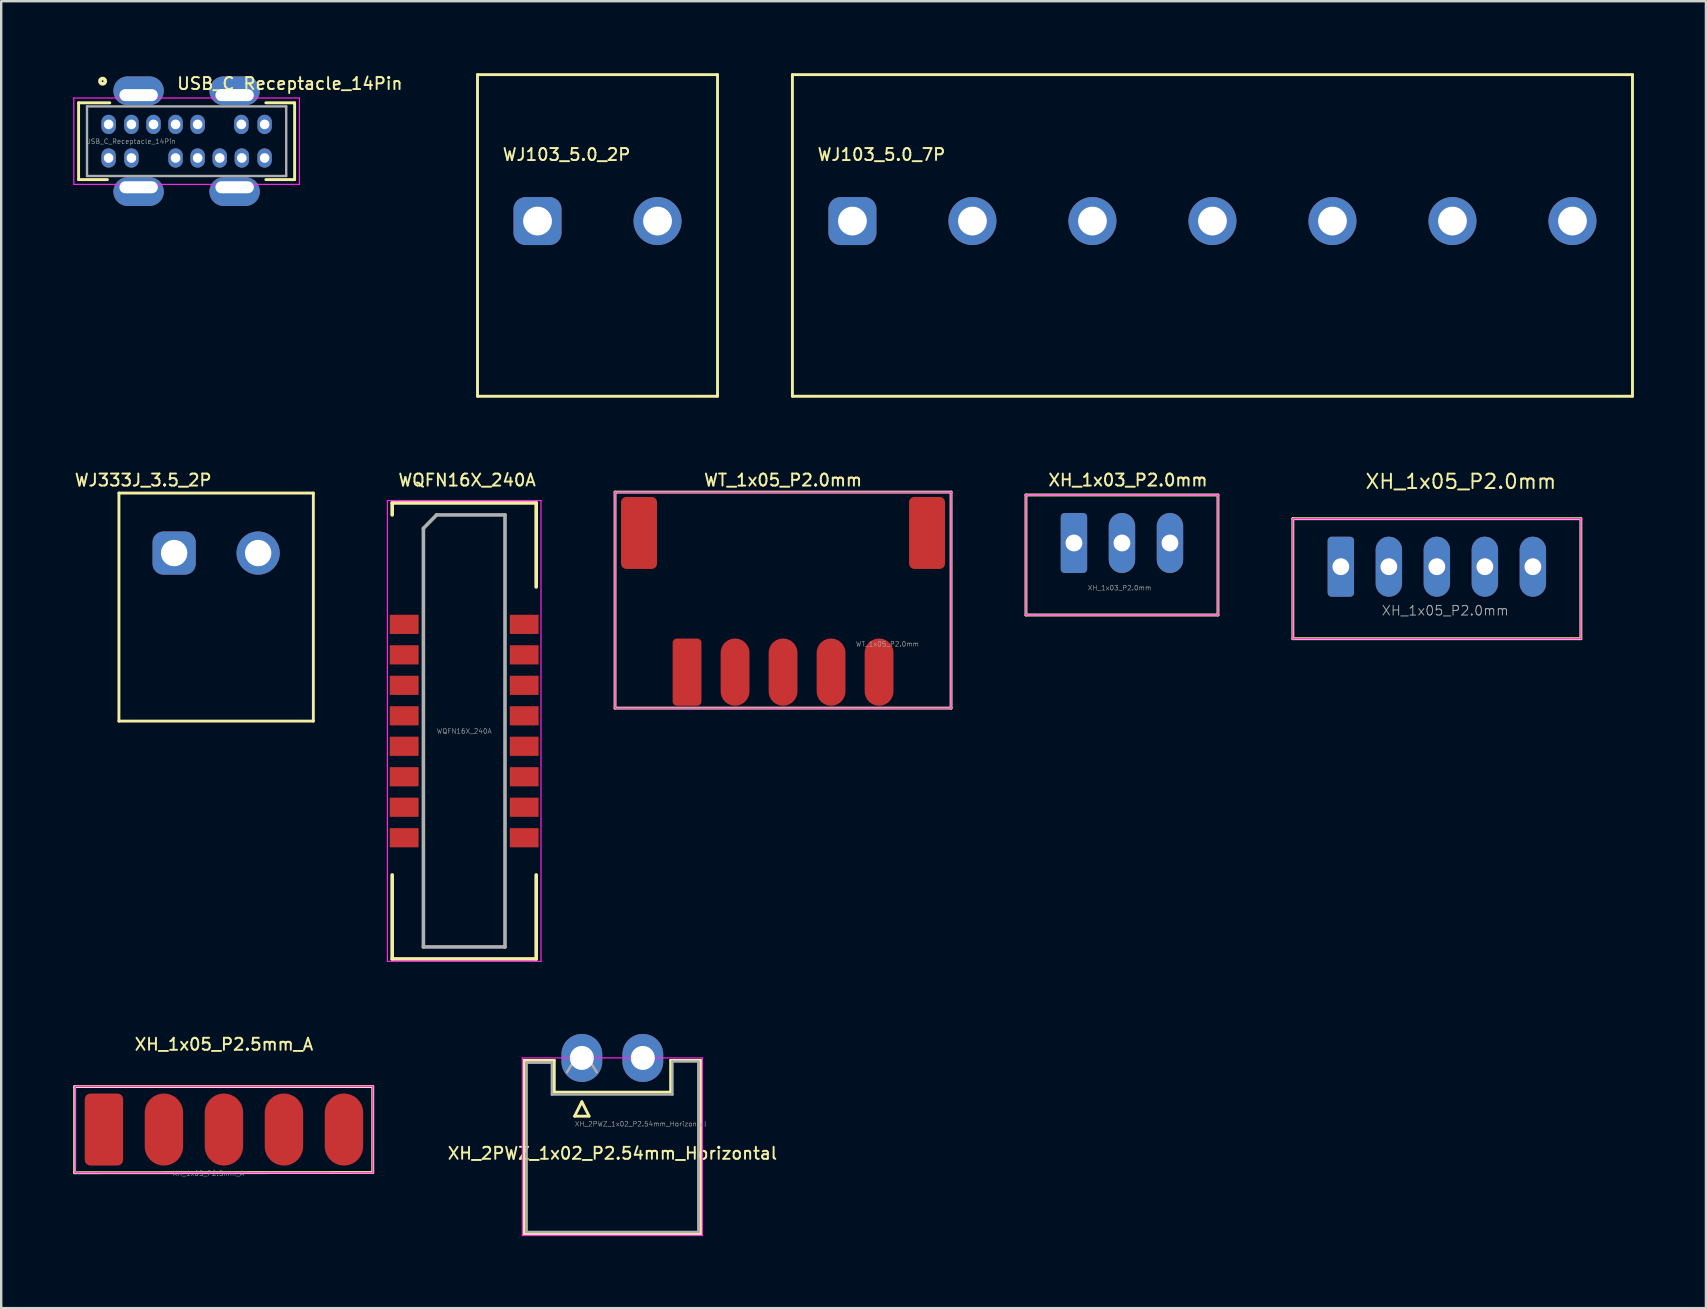
<source format=kicad_pcb>
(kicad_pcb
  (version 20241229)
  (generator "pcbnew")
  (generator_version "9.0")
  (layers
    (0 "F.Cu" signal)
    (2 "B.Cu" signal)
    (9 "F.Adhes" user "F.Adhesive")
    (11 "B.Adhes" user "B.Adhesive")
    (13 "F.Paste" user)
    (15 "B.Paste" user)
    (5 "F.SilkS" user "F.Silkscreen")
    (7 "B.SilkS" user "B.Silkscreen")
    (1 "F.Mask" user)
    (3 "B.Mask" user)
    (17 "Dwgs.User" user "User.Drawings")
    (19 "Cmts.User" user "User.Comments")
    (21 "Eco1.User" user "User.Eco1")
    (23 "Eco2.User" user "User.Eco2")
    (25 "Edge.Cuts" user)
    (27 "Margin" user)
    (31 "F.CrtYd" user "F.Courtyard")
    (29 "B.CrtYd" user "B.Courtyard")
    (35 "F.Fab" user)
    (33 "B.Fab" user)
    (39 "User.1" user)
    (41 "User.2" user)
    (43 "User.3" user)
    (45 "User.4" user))
  (footprint "WJ103_5.0_7P"
    (layer "F.Cu")
    (at 32.465 6.16)
    (property "Reference" "WJ103_5.0_7P" (at 1.21 -2.77 0) (layer "F.SilkS") (effects (font (size 0.5 0.5) (thickness 0.08))))
    (attr through_hole)
    (fp_line (start -2.5 -6.1) (end -2.5 7.3) (stroke (width 0.12) (type solid)) (layer "F.SilkS"))
    (fp_line (start -2.5 7.3) (end 32.5 7.3) (stroke (width 0.12) (type solid)) (layer "F.SilkS"))
    (fp_line (start 32.5 -6.1) (end -2.5 -6.1) (stroke (width 0.12) (type solid)) (layer "F.SilkS"))
    (fp_line (start 32.5 7.3) (end 32.5 -6.1) (stroke (width 0.12) (type solid)) (layer "F.SilkS"))
    (pad "1" thru_hole roundrect (at 0 0 180) (size 2 2) (drill 1.2) (layers "*.Cu" "*.Mask") (roundrect_rratio 0.25))
    (pad "2" thru_hole circle (at 5 0 180) (size 2 2) (drill 1.2) (layers "*.Cu" "*.Mask"))
    (pad "3" thru_hole circle (at 10 0 180) (size 2 2) (drill 1.2) (layers "*.Cu" "*.Mask"))
    (pad "4" thru_hole circle (at 15 0 180) (size 2 2) (drill 1.2) (layers "*.Cu" "*.Mask"))
    (pad "5" thru_hole circle (at 20 0 180) (size 2 2) (drill 1.2) (layers "*.Cu" "*.Mask"))
    (pad "6" thru_hole circle (at 25 0 180) (size 2 2) (drill 1.2) (layers "*.Cu" "*.Mask"))
    (pad "7" thru_hole circle (at 30 0 180) (size 2 2) (drill 1.2) (layers "*.Cu" "*.Mask")))
  (footprint "WQFN16X_240A"
    (layer "F.Cu")
    (at 16.29 27.403)
    (property "Reference" "WQFN16X_240A" (at 0.12 -10.45 0) (layer "F.SilkS") (effects (font (size 0.5 0.5) (thickness 0.08))))
    (attr smd)
    (fp_line (start -3 -9.5) (end -3 -9) (stroke (width 0.15) (type solid)) (layer "F.SilkS"))
    (fp_line (start -3 -9.5) (end 3 -9.5) (stroke (width 0.15) (type solid)) (layer "F.SilkS"))
    (fp_line (start -3 9.5) (end -3 6) (stroke (width 0.15) (type solid)) (layer "F.SilkS"))
    (fp_line (start -3 9.5) (end 3 9.5) (stroke (width 0.15) (type solid)) (layer "F.SilkS"))
    (fp_line (start 3 -9.5) (end 3 -6) (stroke (width 0.15) (type solid)) (layer "F.SilkS"))
    (fp_line (start 3 9.5) (end 3 6) (stroke (width 0.15) (type solid)) (layer "F.SilkS"))
    (fp_line (start -3.2 -9.6) (end -3.2 9.6) (stroke (width 0.05) (type solid)) (layer "F.CrtYd"))
    (fp_line (start -3.2 -9.6) (end 3.2 -9.6) (stroke (width 0.05) (type solid)) (layer "F.CrtYd"))
    (fp_line (start -3.2 9.6) (end 3.2 9.6) (stroke (width 0.05) (type solid)) (layer "F.CrtYd"))
    (fp_line (start 3.2 -9.6) (end 3.2 9.6) (stroke (width 0.05) (type solid)) (layer "F.CrtYd"))
    (fp_line (start -1.7 -8.44) (end -1.15 -9) (stroke (width 0.15) (type solid)) (layer "F.Fab"))
    (fp_line (start -1.7 9) (end -1.7 -8.44) (stroke (width 0.15) (type solid)) (layer "F.Fab"))
    (fp_line (start -1.15 -9) (end 1.7 -9) (stroke (width 0.15) (type solid)) (layer "F.Fab"))
    (fp_line (start 1.7 -9) (end 1.7 9) (stroke (width 0.15) (type solid)) (layer "F.Fab"))
    (fp_line (start 1.7 9) (end -1.7 9) (stroke (width 0.15) (type solid)) (layer "F.Fab"))
    (fp_text user "${REFERENCE}" (at 0 0.01 0) (layer "F.Fab") (effects (font (size 0.2 0.2) (thickness 0.02))))
    (pad "1" smd rect (at -2.5 -4.44) (size 1.2 0.8) (layers "F.Cu" "F.Mask" "F.Paste"))
    (pad "2" smd rect (at -2.5 -3.17) (size 1.2 0.8) (layers "F.Cu" "F.Mask" "F.Paste"))
    (pad "3" smd rect (at -2.5 -1.9) (size 1.2 0.8) (layers "F.Cu" "F.Mask" "F.Paste"))
    (pad "4" smd rect (at -2.5 -0.63) (size 1.2 0.8) (layers "F.Cu" "F.Mask" "F.Paste"))
    (pad "5" smd rect (at -2.5 0.64) (size 1.2 0.8) (layers "F.Cu" "F.Mask" "F.Paste"))
    (pad "6" smd rect (at -2.5 1.91) (size 1.2 0.8) (layers "F.Cu" "F.Mask" "F.Paste"))
    (pad "7" smd rect (at -2.5 3.18) (size 1.2 0.8) (layers "F.Cu" "F.Mask" "F.Paste"))
    (pad "8" smd rect (at -2.5 4.45) (size 1.2 0.8) (layers "F.Cu" "F.Mask" "F.Paste"))
    (pad "9" smd rect (at 2.5 4.45) (size 1.2 0.8) (layers "F.Cu" "F.Mask" "F.Paste"))
    (pad "10" smd rect (at 2.5 3.18) (size 1.2 0.8) (layers "F.Cu" "F.Mask" "F.Paste"))
    (pad "11" smd rect (at 2.5 1.91) (size 1.2 0.8) (layers "F.Cu" "F.Mask" "F.Paste"))
    (pad "12" smd rect (at 2.5 0.64) (size 1.2 0.8) (layers "F.Cu" "F.Mask" "F.Paste"))
    (pad "13" smd rect (at 2.5 -0.63) (size 1.2 0.8) (layers "F.Cu" "F.Mask" "F.Paste"))
    (pad "14" smd rect (at 2.5 -1.9) (size 1.2 0.8) (layers "F.Cu" "F.Mask" "F.Paste"))
    (pad "15" smd rect (at 2.5 -3.17) (size 1.2 0.8) (layers "F.Cu" "F.Mask" "F.Paste"))
    (pad "16" smd rect (at 2.5 -4.44) (size 1.2 0.8) (layers "F.Cu" "F.Mask" "F.Paste")))
  (footprint "XH_1x05_P2.5mm_A"
    (layer "F.Cu")
    (at 1.28 44.011)
    (property "Reference" "XH_1x05_P2.5mm_A" (at 5 -3.55 0) (layer "F.SilkS") (effects (font (size 0.5 0.5) (thickness 0.08))))
    (attr through_hole)
    (fp_line (start -1.22 -1.79) (end -1.22 1.8) (stroke (width 0.12) (type solid)) (layer "F.SilkS"))
    (fp_line (start -1.22 1.8) (end 11.2 1.79) (stroke (width 0.12) (type solid)) (layer "F.SilkS"))
    (fp_line (start 11.2 -1.79) (end -1.22 -1.79) (stroke (width 0.12) (type solid)) (layer "F.SilkS"))
    (fp_line (start 11.2 1.79) (end 11.2 -1.79) (stroke (width 0.12) (type solid)) (layer "F.SilkS"))
    (fp_line (start -1.2 -1.8) (end -1.2 1.8) (stroke (width 0.05) (type solid)) (layer "F.CrtYd"))
    (fp_line (start -1.2 1.8) (end 11.2 1.8) (stroke (width 0.05) (type solid)) (layer "F.CrtYd"))
    (fp_line (start 11.2 -1.8) (end -1.2 -1.8) (stroke (width 0.05) (type solid)) (layer "F.CrtYd"))
    (fp_line (start 11.2 1.8) (end 11.2 -1.8) (stroke (width 0.05) (type solid)) (layer "F.CrtYd"))
    (fp_text user "${REFERENCE}" (at 4.35 1.83 0) (layer "F.Fab") (effects (font (size 0.2 0.2) (thickness 0.02))))
    (pad "1" smd roundrect (at 0 0) (size 1.6 3) (layers "F.Cu" "F.Mask" "F.Paste") (roundrect_rratio 0.147))
    (pad "2" smd oval (at 2.5 0) (size 1.6 3) (layers "F.Cu" "F.Mask" "F.Paste"))
    (pad "3" smd oval (at 5 0) (size 1.6 3) (layers "F.Cu" "F.Mask" "F.Paste"))
    (pad "4" smd oval (at 7.5 0) (size 1.6 3) (layers "F.Cu" "F.Mask" "F.Paste"))
    (pad "5" smd oval (at 10 0) (size 1.6 3) (layers "F.Cu" "F.Mask" "F.Paste")))
  (footprint "USB_C_Receptacle_14Pin"
    (layer "F.Cu")
    (at 4.725 2.833)
    (property "Reference" "USB_C_Receptacle_14Pin" (at 4.3 -2.4 0) (layer "F.SilkS") (effects (font (size 0.5 0.5) (thickness 0.08))))
    (attr smd)
    (fp_line (start -4.5 -1.6) (end -4.5 1.6) (stroke (width 0.12) (type solid)) (layer "F.SilkS"))
    (fp_line (start -4.5 -1.6) (end -3.2 -1.6) (stroke (width 0.12) (type solid)) (layer "F.SilkS"))
    (fp_line (start -4.5 1.6) (end -3.3 1.6) (stroke (width 0.12) (type solid)) (layer "F.SilkS"))
    (fp_line (start 3.3 -1.6) (end 4.5 -1.6) (stroke (width 0.12) (type solid)) (layer "F.SilkS"))
    (fp_line (start 3.3 1.6) (end 4.5 1.6) (stroke (width 0.12) (type solid)) (layer "F.SilkS"))
    (fp_line (start 4.5 -1.6) (end 4.5 1.6) (stroke (width 0.12) (type solid)) (layer "F.SilkS"))
    (fp_circle (center -3.5 -2.5) (end -3.388 -2.5) (stroke (width 0.15) (type solid)) (fill no) (layer "F.SilkS"))
    (fp_line (start -4.7 -1.8) (end 4.7 -1.8) (stroke (width 0.05) (type solid)) (layer "F.CrtYd"))
    (fp_line (start -4.7 1.8) (end -4.7 -1.8) (stroke (width 0.05) (type solid)) (layer "F.CrtYd"))
    (fp_line (start 4.7 -1.8) (end 4.7 1.8) (stroke (width 0.05) (type solid)) (layer "F.CrtYd"))
    (fp_line (start 4.7 1.8) (end -4.7 1.8) (stroke (width 0.05) (type solid)) (layer "F.CrtYd"))
    (fp_line (start -4.15 1.45) (end -4.15 -1.45) (stroke (width 0.1) (type solid)) (layer "F.Fab"))
    (fp_line (start -4.15 1.45) (end 4.15 1.45) (stroke (width 0.1) (type solid)) (layer "F.Fab"))
    (fp_line (start 4.15 -1.45) (end -4.15 -1.45) (stroke (width 0.1) (type solid)) (layer "F.Fab"))
    (fp_line (start 4.15 1.45) (end 4.15 -1.45) (stroke (width 0.1) (type solid)) (layer "F.Fab"))
    (fp_text user "${REFERENCE}" (at -2.33 0.01 0) (layer "F.Fab") (effects (font (size 0.2 0.2) (thickness 0.02))))
    (pad "A1" thru_hole oval (at -3.25 -0.7) (size 0.6 0.8) (drill 0.4) (layers "*.Cu" "*.Mask"))
    (pad "A4" thru_hole oval (at -2.3 -0.7) (size 0.6 0.8) (drill 0.4) (layers "*.Cu" "*.Mask"))
    (pad "A5" thru_hole oval (at -1.38 -0.7) (size 0.6 0.8) (drill 0.4) (layers "*.Cu" "*.Mask"))
    (pad "A6" thru_hole oval (at -0.46 -0.7) (size 0.6 0.8) (drill 0.4) (layers "*.Cu" "*.Mask"))
    (pad "A7" thru_hole oval (at 0.46 -0.7) (size 0.6 0.8) (drill 0.4) (layers "*.Cu" "*.Mask"))
    (pad "A9" thru_hole oval (at 2.28 -0.7) (size 0.6 0.8) (drill 0.4) (layers "*.Cu" "*.Mask"))
    (pad "A12" thru_hole oval (at 3.25 -0.7) (size 0.6 0.8) (drill 0.4) (layers "*.Cu" "*.Mask"))
    (pad "B1" thru_hole oval (at 3.25 0.7) (size 0.6 0.8) (drill 0.4) (layers "*.Cu" "*.Mask"))
    (pad "B4" thru_hole oval (at 2.3 0.7) (size 0.6 0.8) (drill 0.4) (layers "*.Cu" "*.Mask"))
    (pad "B5" thru_hole oval (at 1.38 0.7) (size 0.6 0.8) (drill 0.4) (layers "*.Cu" "*.Mask"))
    (pad "B6" thru_hole oval (at 0.46 0.7) (size 0.6 0.8) (drill 0.4) (layers "*.Cu" "*.Mask"))
    (pad "B7" thru_hole oval (at -0.46 0.7) (size 0.6 0.8) (drill 0.4) (layers "*.Cu" "*.Mask"))
    (pad "B9" thru_hole oval (at -2.3 0.7) (size 0.6 0.8) (drill 0.4) (layers "*.Cu" "*.Mask"))
    (pad "B12" thru_hole oval (at -3.25 0.7) (size 0.6 0.8) (drill 0.4) (layers "*.Cu" "*.Mask"))
    (pad "S1" thru_hole oval (at -2 -1.92 90) (size 1.2 2.1) (drill oval 0.5 1.6 (offset 0.18 0)) (layers "*.Cu" "*.Mask"))
    (pad "S2" thru_hole oval (at 2 -1.92 90) (size 1.2 2.1) (drill oval 0.5 1.6 (offset 0.18 0)) (layers "*.Cu" "*.Mask"))
    (pad "S3" thru_hole oval (at 2 1.92 90) (size 1.2 2.1) (drill oval 0.5 1.6 (offset -0.18 0)) (layers "*.Cu" "*.Mask"))
    (pad "S4" thru_hole oval (at -2 1.92 90) (size 1.2 2.1) (drill oval 0.5 1.6 (offset -0.18 0)) (layers "*.Cu" "*.Mask")))
  (footprint "XH_2PWZ_1x02_P2.54mm_Horizontal"
    (layer "F.Cu")
    (at 21.192 41.028)
    (property "Reference" "XH_2PWZ_1x02_P2.54mm_Horizontal" (at 1.275 3.975 0) (layer "F.SilkS") (effects (font (size 0.5 0.5) (thickness 0.08))))
    (attr through_hole)
    (fp_line (start -2.4 0.1) (end -1.15 0.1) (stroke (width 0.12) (type solid)) (layer "F.SilkS"))
    (fp_line (start -2.4 7.35) (end -2.4 0.1) (stroke (width 0.12) (type solid)) (layer "F.SilkS"))
    (fp_line (start -2.4 7.35) (end 4.95 7.35) (stroke (width 0.12) (type solid)) (layer "F.SilkS"))
    (fp_line (start -1.15 0.1) (end -1.15 1.425) (stroke (width 0.12) (type solid)) (layer "F.SilkS"))
    (fp_line (start -0.3 2.425) (end 0 1.825) (stroke (width 0.12) (type solid)) (layer "F.SilkS"))
    (fp_line (start 0 1.825) (end 0.3 2.425) (stroke (width 0.12) (type solid)) (layer "F.SilkS"))
    (fp_line (start 0.3 2.425) (end -0.3 2.425) (stroke (width 0.12) (type solid)) (layer "F.SilkS"))
    (fp_line (start 3.7 0.1) (end 3.7 1.425) (stroke (width 0.12) (type solid)) (layer "F.SilkS"))
    (fp_line (start 3.7 1.425) (end -1.15 1.425) (stroke (width 0.12) (type solid)) (layer "F.SilkS"))
    (fp_line (start 4.95 0.1) (end 3.7 0.1) (stroke (width 0.12) (type solid)) (layer "F.SilkS"))
    (fp_line (start 4.95 7.35) (end 4.95 0.1) (stroke (width 0.12) (type solid)) (layer "F.SilkS"))
    (fp_line (start -2.48 0) (end -2.48 7.4) (stroke (width 0.05) (type solid)) (layer "F.CrtYd"))
    (fp_line (start -2.48 7.4) (end 5.02 7.4) (stroke (width 0.05) (type solid)) (layer "F.CrtYd"))
    (fp_line (start 5.02 0) (end -2.48 0) (stroke (width 0.05) (type solid)) (layer "F.CrtYd"))
    (fp_line (start 5.02 7.4) (end 5.02 0) (stroke (width 0.05) (type solid)) (layer "F.CrtYd"))
    (fp_line (start -2.3 0.2) (end -1.25 0.2) (stroke (width 0.1) (type solid)) (layer "F.Fab"))
    (fp_line (start -2.3 7.25) (end -2.3 0.2) (stroke (width 0.1) (type solid)) (layer "F.Fab"))
    (fp_line (start -1.25 0.2) (end -1.25 1.525) (stroke (width 0.1) (type solid)) (layer "F.Fab"))
    (fp_line (start -1.25 1.525) (end 3.775 1.525) (stroke (width 0.1) (type solid)) (layer "F.Fab"))
    (fp_line (start -0.625 0.6) (end 0 -0.4) (stroke (width 0.1) (type solid)) (layer "F.Fab"))
    (fp_line (start 0 -0.4) (end 0.625 0.6) (stroke (width 0.1) (type solid)) (layer "F.Fab"))
    (fp_line (start 3.775 0.15) (end 3.775 1.525) (stroke (width 0.1) (type solid)) (layer "F.Fab"))
    (fp_line (start 4.85 0.15) (end 3.775 0.15) (stroke (width 0.1) (type solid)) (layer "F.Fab"))
    (fp_line (start 4.85 7.25) (end -2.275 7.25) (stroke (width 0.1) (type solid)) (layer "F.Fab"))
    (fp_line (start 4.85 7.25) (end 4.85 0.15) (stroke (width 0.1) (type solid)) (layer "F.Fab"))
    (fp_text user "${REFERENCE}" (at 2.45 2.75 0) (layer "F.Fab") (effects (font (size 0.2 0.2) (thickness 0.02))))
    (pad "1" thru_hole oval (at 0 0) (size 1.7 2) (drill 1) (layers "*.Cu" "*.Mask"))
    (pad "2" thru_hole oval (at 2.54 0) (size 1.7 2) (drill 1) (layers "*.Cu" "*.Mask")))
  (footprint "WJ103_5.0_2P"
    (layer "F.Cu")
    (at 19.345 6.16)
    (property "Reference" "WJ103_5.0_2P" (at 1.21 -2.77 0) (layer "F.SilkS") (effects (font (size 0.5 0.5) (thickness 0.08))))
    (attr through_hole)
    (fp_line (start -2.5 -6.1) (end -2.5 7.3) (stroke (width 0.12) (type solid)) (layer "F.SilkS"))
    (fp_line (start -2.5 7.3) (end 7.5 7.3) (stroke (width 0.12) (type solid)) (layer "F.SilkS"))
    (fp_line (start 7.5 -6.1) (end -2.5 -6.1) (stroke (width 0.12) (type solid)) (layer "F.SilkS"))
    (fp_line (start 7.5 7.3) (end 7.5 -6.1) (stroke (width 0.12) (type solid)) (layer "F.SilkS"))
    (pad "1" thru_hole roundrect (at 0 0 180) (size 2 2) (drill 1.2) (layers "*.Cu" "*.Mask") (roundrect_rratio 0.25))
    (pad "2" thru_hole circle (at 5 0 180) (size 2 2) (drill 1.2) (layers "*.Cu" "*.Mask")))
  (footprint "XH_1x03_P2.0mm"
    (layer "F.Cu")
    (at 41.695 19.573)
    (property "Reference" "XH_1x03_P2.0mm" (at 2.25 -2.62 0) (layer "F.SilkS") (effects (font (size 0.5 0.5) (thickness 0.08))))
    (attr through_hole)
    (fp_line (start -2 -2) (end -2 3) (stroke (width 0.12) (type solid)) (layer "F.SilkS"))
    (fp_line (start -2 3) (end 6 3) (stroke (width 0.12) (type solid)) (layer "F.SilkS"))
    (fp_line (start 6 -2) (end -2 -2) (stroke (width 0.12) (type solid)) (layer "F.SilkS"))
    (fp_line (start 6 3) (end 6 -2) (stroke (width 0.12) (type solid)) (layer "F.SilkS"))
    (fp_line (start -2 -2) (end -2 3) (stroke (width 0.05) (type solid)) (layer "F.CrtYd"))
    (fp_line (start -2 3) (end 6 3) (stroke (width 0.05) (type solid)) (layer "F.CrtYd"))
    (fp_line (start 6 -2) (end -2 -2) (stroke (width 0.05) (type solid)) (layer "F.CrtYd"))
    (fp_line (start 6 3) (end 6 -2) (stroke (width 0.05) (type solid)) (layer "F.CrtYd"))
    (fp_text user "${REFERENCE}" (at 1.9 1.87 0) (layer "F.Fab") (effects (font (size 0.2 0.2) (thickness 0.02))))
    (pad "1" thru_hole roundrect (at 0 0) (size 1.1 2.5) (drill 0.7) (layers "*.Cu" "*.Mask") (roundrect_rratio 0.147))
    (pad "2" thru_hole oval (at 2 0) (size 1.1 2.5) (drill 0.7) (layers "*.Cu" "*.Mask"))
    (pad "3" thru_hole oval (at 4 0) (size 1.1 2.5) (drill 0.7) (layers "*.Cu" "*.Mask")))
  (footprint "WT_1x05_P2.0mm"
    (layer "F.Cu")
    (at 29.575 21.953)
    (property "Reference" "WT_1x05_P2.0mm" (at 0 -5 0) (layer "F.SilkS") (effects (font (size 0.5 0.5) (thickness 0.08))))
    (attr smd)
    (fp_line (start -7 -4.5) (end -7 4.5) (stroke (width 0.12) (type solid)) (layer "F.SilkS"))
    (fp_line (start -7 4.5) (end 7 4.5) (stroke (width 0.12) (type solid)) (layer "F.SilkS"))
    (fp_line (start 7 -4.5) (end -7 -4.5) (stroke (width 0.12) (type solid)) (layer "F.SilkS"))
    (fp_line (start 7 4.5) (end 7 -4.5) (stroke (width 0.12) (type solid)) (layer "F.SilkS"))
    (fp_line (start -7 -4.5) (end -7 4.5) (stroke (width 0.05) (type solid)) (layer "F.CrtYd"))
    (fp_line (start -7 4.5) (end 7 4.5) (stroke (width 0.05) (type solid)) (layer "F.CrtYd"))
    (fp_line (start 7 -4.5) (end -7 -4.5) (stroke (width 0.05) (type solid)) (layer "F.CrtYd"))
    (fp_line (start 7 4.5) (end 7 -4.5) (stroke (width 0.05) (type solid)) (layer "F.CrtYd"))
    (fp_text user "${REFERENCE}" (at 4.35 1.83 0) (layer "F.Fab") (effects (font (size 0.2 0.2) (thickness 0.02))))
    (pad "0" smd roundrect (at -6 -2.8) (size 1.5 3) (layers "F.Cu" "F.Mask" "F.Paste") (roundrect_rratio 0.147))
    (pad "0" smd roundrect (at 6 -2.8) (size 1.5 3) (layers "F.Cu" "F.Mask" "F.Paste") (roundrect_rratio 0.147))
    (pad "1" smd roundrect (at -4 3) (size 1.2 2.8) (layers "F.Cu" "F.Mask" "F.Paste") (roundrect_rratio 0.147))
    (pad "2" smd oval (at -2 3) (size 1.2 2.8) (layers "F.Cu" "F.Mask" "F.Paste"))
    (pad "3" smd oval (at 0 3) (size 1.2 2.8) (layers "F.Cu" "F.Mask" "F.Paste"))
    (pad "4" smd oval (at 2 3) (size 1.2 2.8) (layers "F.Cu" "F.Mask" "F.Paste"))
    (pad "5" smd oval (at 4 3) (size 1.2 2.8) (layers "F.Cu" "F.Mask" "F.Paste")))
  (footprint "XH_1x05_P2.0mm"
    (layer "F.Cu")
    (at 52.815 20.561)
    (property "Reference" "XH_1x05_P2.0mm" (at 5 -3.55 0) (layer "F.SilkS") (effects (font (size 0.6 0.6) (thickness 0.08))))
    (attr through_hole)
    (fp_line (start -2 -2) (end -2 3) (stroke (width 0.12) (type solid)) (layer "F.SilkS"))
    (fp_line (start -2 3) (end 10 3) (stroke (width 0.12) (type solid)) (layer "F.SilkS"))
    (fp_line (start 10 -2) (end -2 -2) (stroke (width 0.12) (type solid)) (layer "F.SilkS"))
    (fp_line (start 10 3) (end 10 -2) (stroke (width 0.12) (type solid)) (layer "F.SilkS"))
    (fp_line (start -2 -2) (end -2 3) (stroke (width 0.05) (type solid)) (layer "F.CrtYd"))
    (fp_line (start -2 3) (end 10 3) (stroke (width 0.05) (type solid)) (layer "F.CrtYd"))
    (fp_line (start 10 -2) (end -2 -2) (stroke (width 0.05) (type solid)) (layer "F.CrtYd"))
    (fp_line (start 10 3) (end 10 -2) (stroke (width 0.05) (type solid)) (layer "F.CrtYd"))
    (fp_text user "${REFERENCE}" (at 4.35 1.83 0) (layer "F.Fab") (effects (font (size 0.4 0.4) (thickness 0.04))))
    (pad "1" thru_hole roundrect (at 0 0) (size 1.1 2.5) (drill 0.7) (layers "*.Cu" "*.Mask") (roundrect_rratio 0.147))
    (pad "2" thru_hole oval (at 2 0) (size 1.1 2.5) (drill 0.7) (layers "*.Cu" "*.Mask"))
    (pad "3" thru_hole oval (at 4 0) (size 1.1 2.5) (drill 0.7) (layers "*.Cu" "*.Mask"))
    (pad "4" thru_hole oval (at 6 0) (size 1.1 2.5) (drill 0.7) (layers "*.Cu" "*.Mask"))
    (pad "5" thru_hole oval (at 8 0) (size 1.1 2.5) (drill 0.7) (layers "*.Cu" "*.Mask")))
  (footprint "WJ333J_3.5_2P"
    (layer "F.Cu")
    (at 4.205 19.993)
    (property "Reference" "WJ333J_3.5_2P" (at -1.29 -3.04 0) (layer "F.SilkS") (effects (font (size 0.5 0.5) (thickness 0.08))))
    (attr through_hole)
    (fp_line (start -2.3 -2.5) (end -2.3 7) (stroke (width 0.12) (type solid)) (layer "F.SilkS"))
    (fp_line (start -2.3 7) (end 5.8 7) (stroke (width 0.12) (type solid)) (layer "F.SilkS"))
    (fp_line (start 5.8 -2.5) (end -2.3 -2.5) (stroke (width 0.12) (type solid)) (layer "F.SilkS"))
    (fp_line (start 5.8 7) (end 5.8 -2.5) (stroke (width 0.12) (type solid)) (layer "F.SilkS"))
    (pad "1" thru_hole roundrect (at 0 0 180) (size 1.8 1.8) (drill 1.1) (layers "*.Cu" "*.Mask") (roundrect_rratio 0.25))
    (pad "2" thru_hole circle (at 3.5 0 180) (size 1.8 1.8) (drill 1.1) (layers "*.Cu" "*.Mask")))
  (gr_rect
    (start -3 -3)
    (end 68.025 51.453)
    (stroke (width 0.1) (type default))
    (fill no)
    (layer "Edge.Cuts")))
</source>
